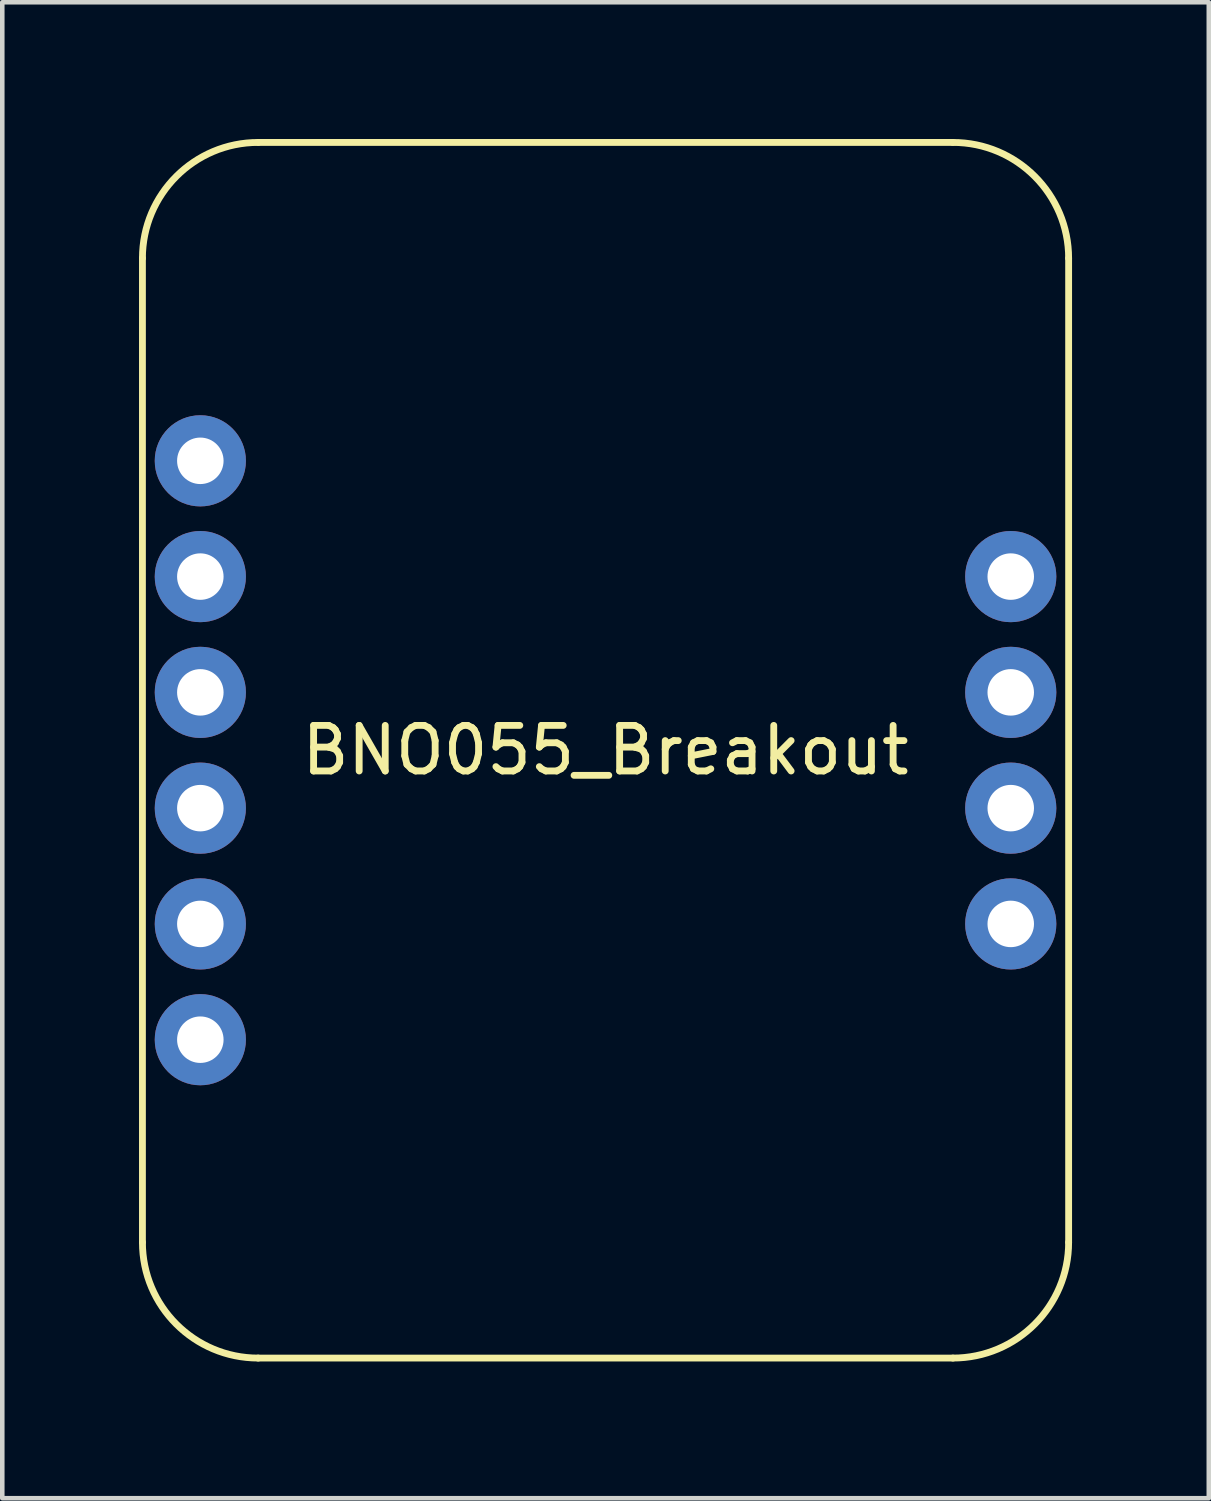
<source format=kicad_pcb>
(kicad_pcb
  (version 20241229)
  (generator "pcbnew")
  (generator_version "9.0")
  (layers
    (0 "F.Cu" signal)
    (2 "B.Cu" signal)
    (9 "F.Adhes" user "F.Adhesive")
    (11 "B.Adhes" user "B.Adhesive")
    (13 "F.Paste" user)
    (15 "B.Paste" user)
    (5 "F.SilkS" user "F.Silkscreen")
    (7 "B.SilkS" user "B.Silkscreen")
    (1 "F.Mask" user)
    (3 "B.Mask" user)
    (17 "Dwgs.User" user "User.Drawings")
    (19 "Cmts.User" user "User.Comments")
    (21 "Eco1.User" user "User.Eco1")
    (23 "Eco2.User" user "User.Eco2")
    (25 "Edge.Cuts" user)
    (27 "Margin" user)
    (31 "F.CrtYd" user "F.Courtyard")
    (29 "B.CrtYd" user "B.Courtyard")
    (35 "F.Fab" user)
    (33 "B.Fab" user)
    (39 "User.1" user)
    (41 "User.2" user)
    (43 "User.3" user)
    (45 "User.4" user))
  (footprint "BNO055_Breakout"
    (layer "F.Cu")
    (at 10.235 13.41)
    (property "Reference" "BNO055_Breakout" (at 0 0 0) (layer "F.SilkS") (effects (font (size 1 1) (thickness 0.15))))
    (attr through_hole)
    (fp_line (start -10.16 10.795) (end -10.16 -10.795) (stroke (width 0.15) (type solid)) (layer "F.SilkS"))
    (fp_line (start -7.62 -13.335) (end 7.62 -13.335) (stroke (width 0.15) (type solid)) (layer "F.SilkS"))
    (fp_line (start 7.62 13.335) (end -7.62 13.335) (stroke (width 0.15) (type solid)) (layer "F.SilkS"))
    (fp_line (start 10.16 -10.795) (end 10.16 10.795) (stroke (width 0.15) (type solid)) (layer "F.SilkS"))
    (fp_arc (start -10.16 -10.795) (mid -9.416051 -12.591051) (end -7.62 -13.335) (stroke (width 0.15) (type solid)) (layer "F.SilkS"))
    (fp_arc (start -7.62 13.335) (mid -9.416051 12.591051) (end -10.16 10.795) (stroke (width 0.15) (type solid)) (layer "F.SilkS"))
    (fp_arc (start 7.62 -13.335) (mid 9.416051 -12.591051) (end 10.16 -10.795) (stroke (width 0.15) (type solid)) (layer "F.SilkS"))
    (fp_arc (start 10.16 10.795) (mid 9.416051 12.591051) (end 7.62 13.335) (stroke (width 0.15) (type solid)) (layer "F.SilkS"))
    (pad "1" thru_hole circle (at -8.89 -6.35) (size 2 2) (drill 1.02) (layers "*.Cu" "*.Mask"))
    (pad "2" thru_hole circle (at -8.89 -3.81) (size 2 2) (drill 1.02) (layers "*.Cu" "*.Mask"))
    (pad "3" thru_hole circle (at -8.89 -1.27) (size 2 2) (drill 1.02) (layers "*.Cu" "*.Mask"))
    (pad "4" thru_hole circle (at -8.89 1.27) (size 2 2) (drill 1.02) (layers "*.Cu" "*.Mask"))
    (pad "5" thru_hole circle (at -8.89 3.81) (size 2 2) (drill 1.02) (layers "*.Cu" "*.Mask"))
    (pad "6" thru_hole circle (at -8.89 6.35) (size 2 2) (drill 1.02) (layers "*.Cu" "*.Mask"))
    (pad "7" thru_hole circle (at 8.89 3.81) (size 2 2) (drill 1.02) (layers "*.Cu" "*.Mask"))
    (pad "8" thru_hole circle (at 8.89 1.27) (size 2 2) (drill 1.02) (layers "*.Cu" "*.Mask"))
    (pad "9" thru_hole circle (at 8.89 -1.27) (size 2 2) (drill 1.02) (layers "*.Cu" "*.Mask"))
    (pad "10" thru_hole circle (at 8.89 -3.81) (size 2 2) (drill 1.02) (layers "*.Cu" "*.Mask")))
  (gr_rect
    (start -3 -3)
    (end 23.47 29.82)
    (stroke (width 0.1) (type default))
    (fill no)
    (layer "Edge.Cuts")))
</source>
